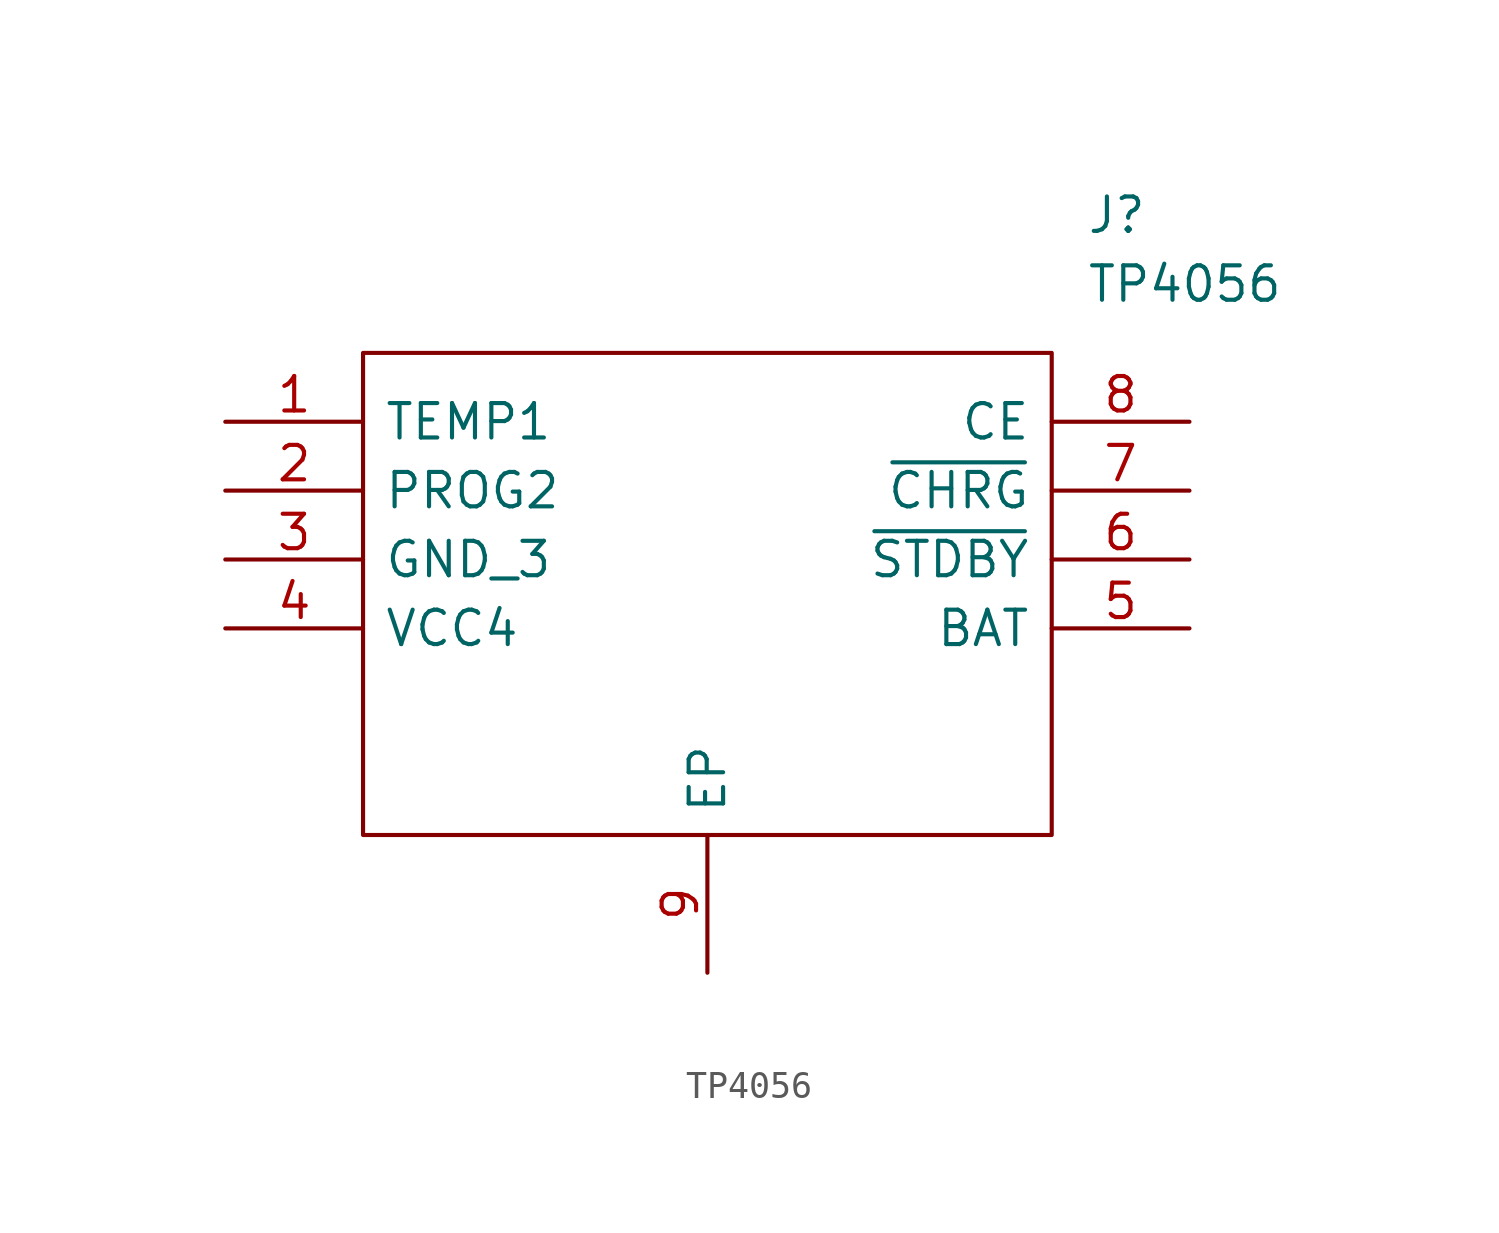
<source format=kicad_sym>
(kicad_symbol_lib
  (version 20201005)
  (generator kicad_symbol_editor)
  (symbol "TP4056"
    (pin_names
      (offset 0.762))
    (property "Reference" "J"
      (at 31.75 7.62 0)
      (effects (font (size 1.27 1.27)) (justify left)))
    (property "Value" "TP4056"
      (at 31.75 5.08 0)
      (effects (font (size 1.27 1.27)) (justify left)))
    (symbol "TP4056_0_0"
      (pin passive line (at 0 0 0) (length 5.08) (name "TEMP1" (effects (font (size 1.27 1.27)))) (number "1" (effects (font (size 1.27 1.27)))))
      (pin passive line (at 0 -2.54 0) (length 5.08) (name "PROG2" (effects (font (size 1.27 1.27)))) (number "2" (effects (font (size 1.27 1.27)))))
      (pin passive line (at 0 -5.08 0) (length 5.08) (name "GND_3" (effects (font (size 1.27 1.27)))) (number "3" (effects (font (size 1.27 1.27)))))
      (pin passive line (at 0 -7.62 0) (length 5.08) (name "VCC4" (effects (font (size 1.27 1.27)))) (number "4" (effects (font (size 1.27 1.27)))))
      (pin passive line (at 35.56 -7.62 180) (length 5.08) (name "BAT" (effects (font (size 1.27 1.27)))) (number "5" (effects (font (size 1.27 1.27)))))
      (pin passive line (at 35.56 -5.08 180) (length 5.08) (name "~STDBY" (effects (font (size 1.27 1.27)))) (number "6" (effects (font (size 1.27 1.27)))))
      (pin passive line (at 35.56 -2.54 180) (length 5.08) (name "~CHRG" (effects (font (size 1.27 1.27)))) (number "7" (effects (font (size 1.27 1.27)))))
      (pin passive line (at 35.56 0 180) (length 5.08) (name "CE" (effects (font (size 1.27 1.27)))) (number "8" (effects (font (size 1.27 1.27)))))
      (pin passive line (at 17.78 -20.32 90) (length 5.08) (name "EP" (effects (font (size 1.27 1.27)))) (number "9" (effects (font (size 1.27 1.27))))))
    (symbol "TP4056_0_1"
      (polyline (pts (xy 5.08 2.54) (xy 30.48 2.54) (xy 30.48 -15.24) (xy 5.08 -15.24) (xy 5.08 2.54)) (stroke (width 0.152)) (fill (type none))))))
</source>
